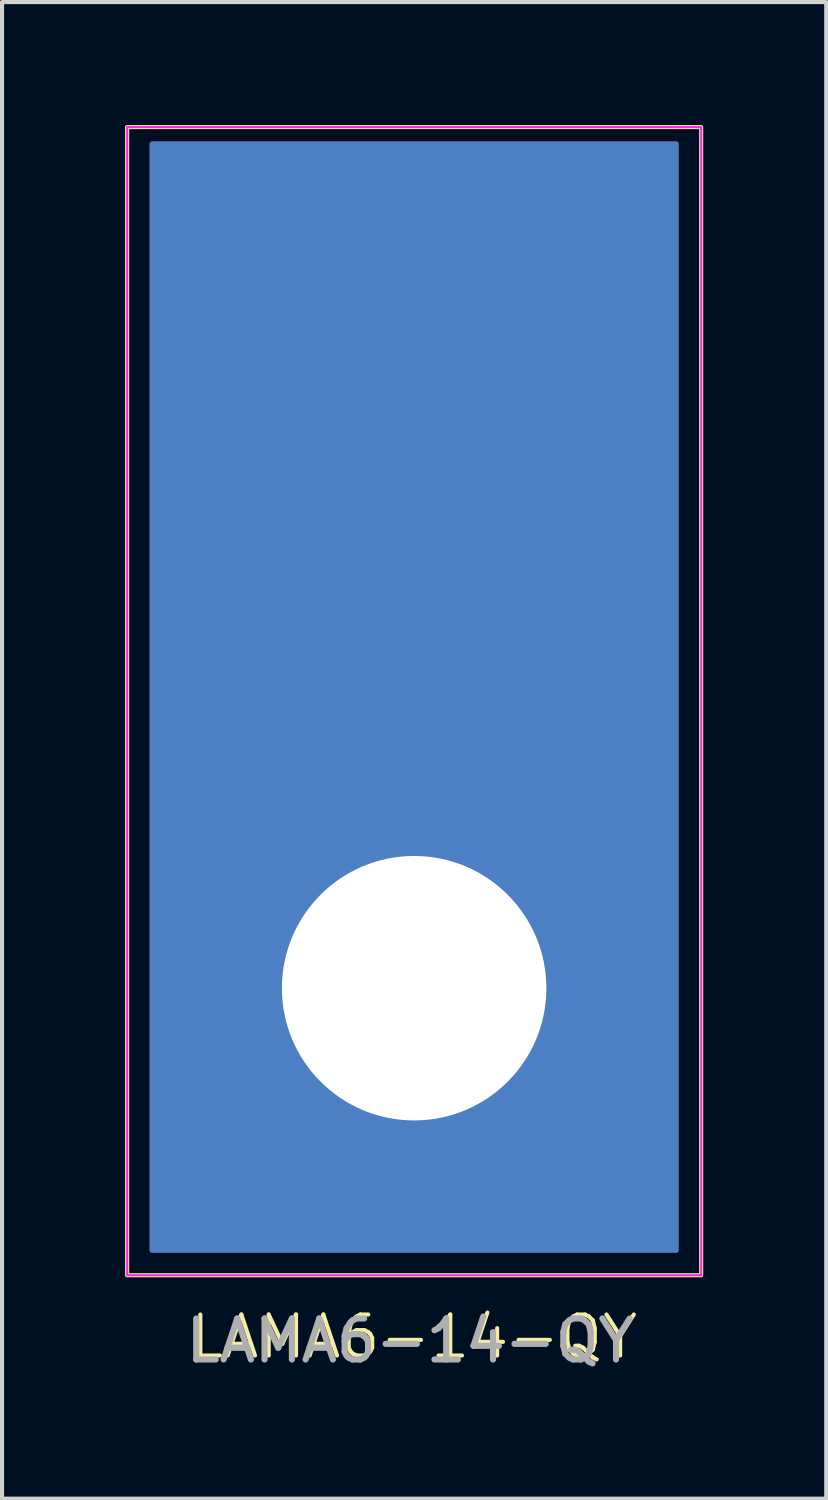
<source format=kicad_pcb>
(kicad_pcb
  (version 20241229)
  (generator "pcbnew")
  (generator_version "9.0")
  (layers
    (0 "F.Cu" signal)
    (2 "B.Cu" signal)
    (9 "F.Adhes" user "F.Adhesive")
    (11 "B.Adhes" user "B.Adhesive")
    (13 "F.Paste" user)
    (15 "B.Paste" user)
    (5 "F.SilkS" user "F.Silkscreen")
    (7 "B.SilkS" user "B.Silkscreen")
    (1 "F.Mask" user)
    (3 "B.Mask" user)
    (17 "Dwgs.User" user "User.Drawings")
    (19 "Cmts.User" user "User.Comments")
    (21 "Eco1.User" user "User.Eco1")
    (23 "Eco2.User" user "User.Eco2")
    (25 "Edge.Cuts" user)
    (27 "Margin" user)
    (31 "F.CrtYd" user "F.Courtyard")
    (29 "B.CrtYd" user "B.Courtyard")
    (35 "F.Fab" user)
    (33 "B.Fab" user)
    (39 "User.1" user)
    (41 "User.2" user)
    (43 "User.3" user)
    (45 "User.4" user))
  (footprint "LAMA6-14-QY"
    (layer "F.Cu")
    (at 7.05 21.05)
    (property "Reference" "LAMA6-14-QY" (at 0 8.5 0) (unlocked yes) (layer "F.SilkS") (effects (font (size 1 1) (thickness 0.1))))
    (attr through_hole)
    (fp_rect (start -7 -21) (end 7 7) (stroke (width 0.1) (type default)) (fill no) (layer "F.SilkS"))
    (fp_rect (start -7 -21) (end 7 7) (stroke (width 0.05) (type default)) (fill no) (layer "F.CrtYd"))
    (fp_text user "${REFERENCE}" (at -0.1 8.6 0) (unlocked yes) (layer "F.Fab") (effects (font (size 1 1) (thickness 0.15))))
    (pad "1" thru_hole custom (at 0 0) (size 12.7 12.8) (drill 6.45) (layers "*.Cu" "*.Mask") (options (anchor rect)) (primitives (gr_poly (pts (xy 6.4 6.4) (xy 6.4 -20.6) (xy -6.4 -20.6) (xy -6.4 6.4)) (width 0.1) (fill yes)))))
  (gr_rect
    (start -3 -3)
    (end 17.1 33.498)
    (stroke (width 0.1) (type default))
    (fill no)
    (layer "Edge.Cuts")))
</source>
